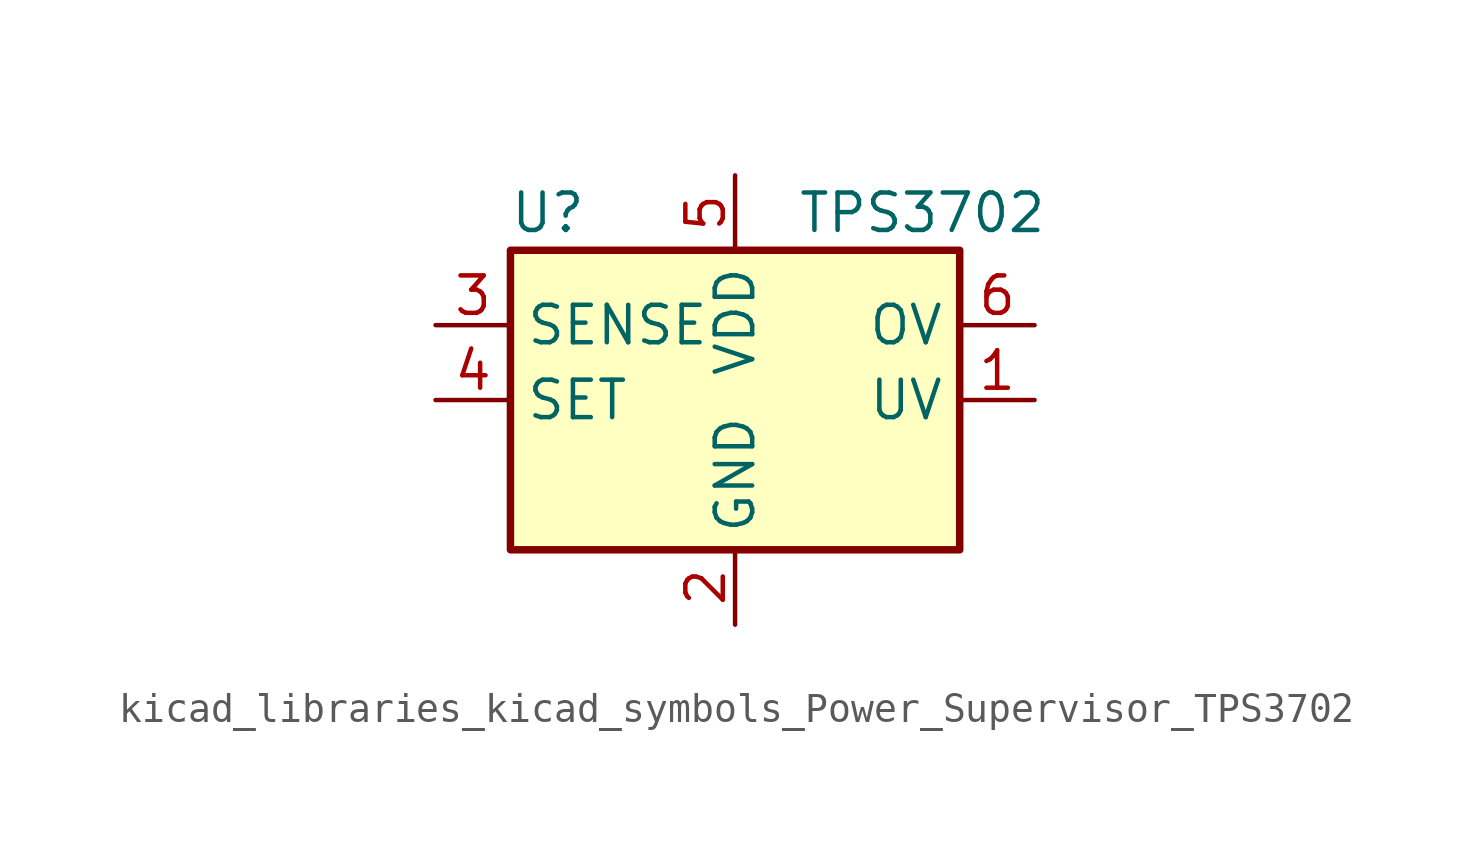
<source format=kicad_sym>
(kicad_symbol_lib
  (version 20220914)
  (generator kicad_symbol_editor)
  (symbol "kicad_libraries_kicad_symbols_Power_Supervisor_TPS3702"
    (property "Reference" "U"
      (at -6.35 6.35 0)
      (effects (font (size 1.27 1.27))))
    (property "Value" "TPS3702"
      (at 6.35 6.35 0)
      (effects (font (size 1.27 1.27))))
    (symbol "kicad_libraries_kicad_symbols_Power_Supervisor_TPS3702_0_1"
      (rectangle (start -7.62 5.08) (end 7.62 -5.08) (stroke (width 0.254) (type default)) (fill (type background))))
    (symbol "kicad_libraries_kicad_symbols_Power_Supervisor_TPS3702_1_1"
      (pin output line (at 10.16 0 180) (length 2.54) (name "UV" (effects (font (size 1.27 1.27)))) (number "1" (effects (font (size 1.27 1.27)))))
      (pin power_in line (at 0 -7.62 90) (length 2.54) (name "GND" (effects (font (size 1.27 1.27)))) (number "2" (effects (font (size 1.27 1.27)))))
      (pin input line (at -10.16 2.54 0) (length 2.54) (name "SENSE" (effects (font (size 1.27 1.27)))) (number "3" (effects (font (size 1.27 1.27)))))
      (pin input line (at -10.16 0 0) (length 2.54) (name "SET" (effects (font (size 1.27 1.27)))) (number "4" (effects (font (size 1.27 1.27)))))
      (pin power_in line (at 0 7.62 270) (length 2.54) (name "VDD" (effects (font (size 1.27 1.27)))) (number "5" (effects (font (size 1.27 1.27)))))
      (pin output line (at 10.16 2.54 180) (length 2.54) (name "OV" (effects (font (size 1.27 1.27)))) (number "6" (effects (font (size 1.27 1.27))))))))
</source>
